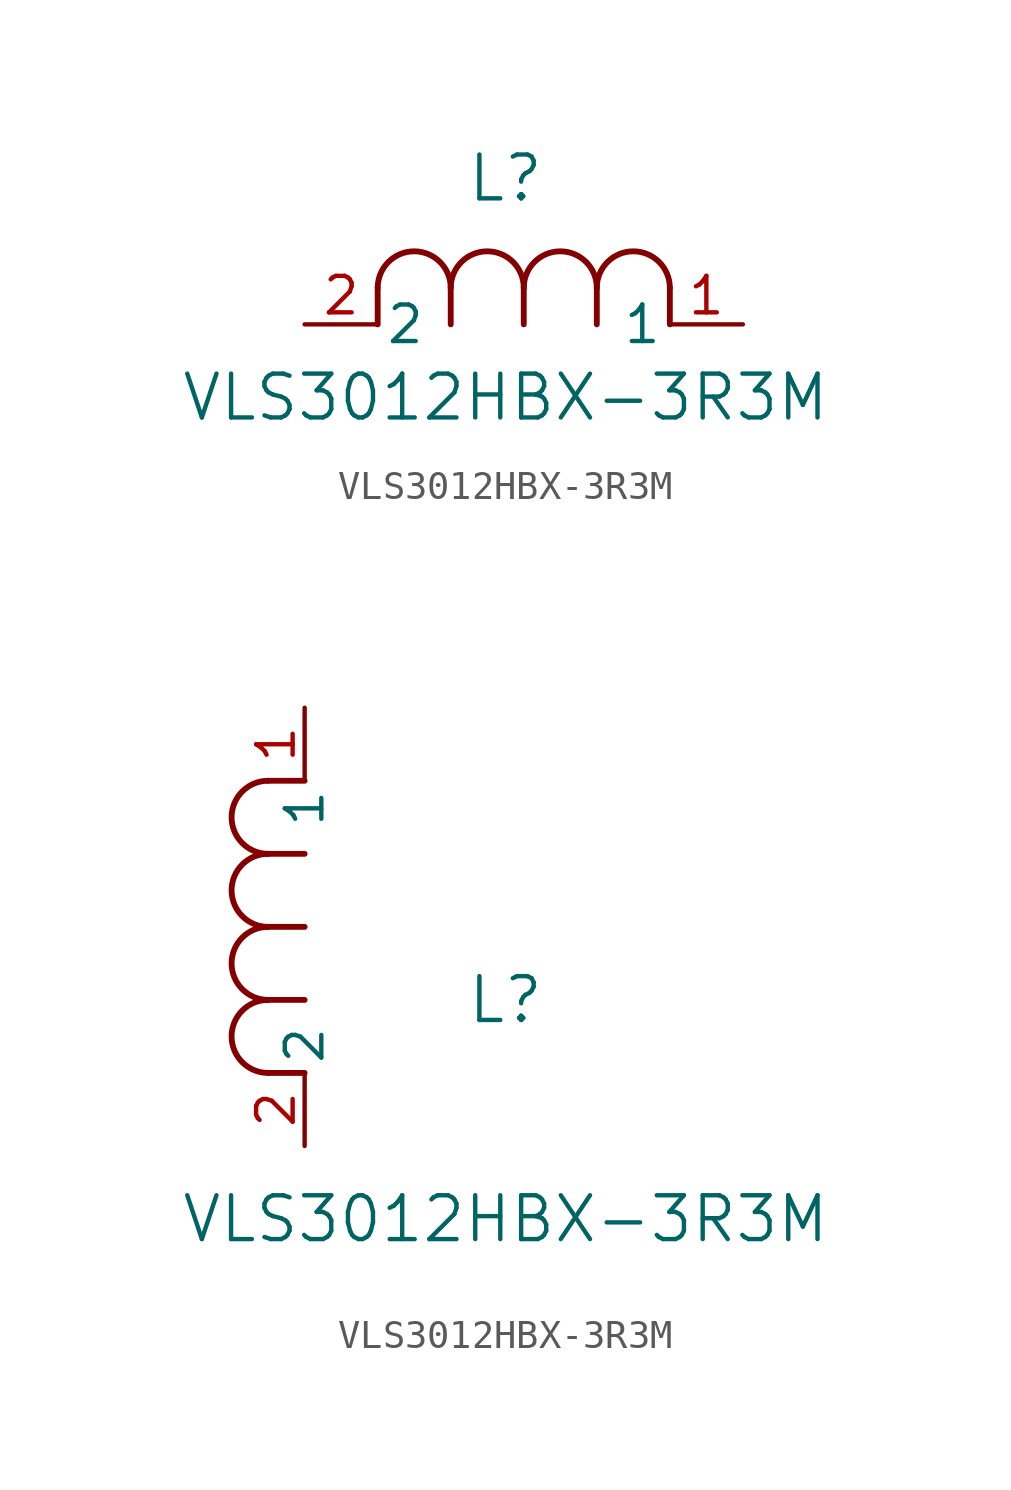
<source format=kicad_sym>
(kicad_symbol_lib
  (version 20231120)
  (generator "kicad_symbol_editor")
  (generator_version "8.0")
  (symbol "VLS3012HBX-3R3M"
    (pin_names
      (offset 0.254))
    (property "Reference" "L"
      (at 6.985 5.08 0)
      (effects (font (size 1.524 1.524))))
    (property "Value" "VLS3012HBX-3R3M"
      (at 6.985 -2.54 0)
      (effects (font (size 1.524 1.524))))
    (symbol "VLS3012HBX-3R3M_1_1"
      (polyline (pts (xy 2.54 0) (xy 2.54 1.27)) (stroke (width 0.203) (type default)) (fill (type none)))
      (polyline (pts (xy 5.08 0) (xy 5.08 1.27)) (stroke (width 0.203) (type default)) (fill (type none)))
      (polyline (pts (xy 7.62 0) (xy 7.62 1.27)) (stroke (width 0.203) (type default)) (fill (type none)))
      (polyline (pts (xy 10.16 0) (xy 10.16 1.27)) (stroke (width 0.203) (type default)) (fill (type none)))
      (polyline (pts (xy 12.7 0) (xy 12.7 1.27)) (stroke (width 0.203) (type default)) (fill (type none)))
      (arc (start 5.08 1.27) (mid 3.81 2.5344) (end 2.54 1.27) (stroke (width 0.2032) (type default)) (fill (type none)))
      (arc (start 7.62 1.27) (mid 6.35 2.5344) (end 5.08 1.27) (stroke (width 0.2032) (type default)) (fill (type none)))
      (arc (start 10.16 1.27) (mid 8.89 2.5344) (end 7.62 1.27) (stroke (width 0.2032) (type default)) (fill (type none)))
      (arc (start 12.7 1.27) (mid 11.43 2.5344) (end 10.16 1.27) (stroke (width 0.2032) (type default)) (fill (type none)))
      (pin passive line (at 15.24 0 180) (length 2.54) (name "1" (effects (font (size 1.27 1.27)))) (number "1" (effects (font (size 1.27 1.27)))))
      (pin passive line (at 0 0 0) (length 2.54) (name "2" (effects (font (size 1.27 1.27)))) (number "2" (effects (font (size 1.27 1.27))))))
    (symbol "VLS3012HBX-3R3M_1_2"
      (arc (start -1.27 5.08) (mid -2.5344 3.81) (end -1.27 2.54) (stroke (width 0.2032) (type default)) (fill (type none)))
      (arc (start -1.27 7.62) (mid -2.5344 6.35) (end -1.27 5.08) (stroke (width 0.2032) (type default)) (fill (type none)))
      (arc (start -1.27 10.16) (mid -2.5344 8.89) (end -1.27 7.62) (stroke (width 0.2032) (type default)) (fill (type none)))
      (arc (start -1.27 12.7) (mid -2.5344 11.43) (end -1.27 10.16) (stroke (width 0.2032) (type default)) (fill (type none)))
      (polyline (pts (xy 0 2.54) (xy -1.27 2.54)) (stroke (width 0.203) (type default)) (fill (type none)))
      (polyline (pts (xy 0 5.08) (xy -1.27 5.08)) (stroke (width 0.203) (type default)) (fill (type none)))
      (polyline (pts (xy 0 7.62) (xy -1.27 7.62)) (stroke (width 0.203) (type default)) (fill (type none)))
      (polyline (pts (xy 0 10.16) (xy -1.27 10.16)) (stroke (width 0.203) (type default)) (fill (type none)))
      (polyline (pts (xy 0 12.7) (xy -1.27 12.7)) (stroke (width 0.203) (type default)) (fill (type none)))
      (pin passive line (at 0 15.24 270) (length 2.54) (name "1" (effects (font (size 1.27 1.27)))) (number "1" (effects (font (size 1.27 1.27)))))
      (pin passive line (at 0 0 90) (length 2.54) (name "2" (effects (font (size 1.27 1.27)))) (number "2" (effects (font (size 1.27 1.27))))))))
</source>
